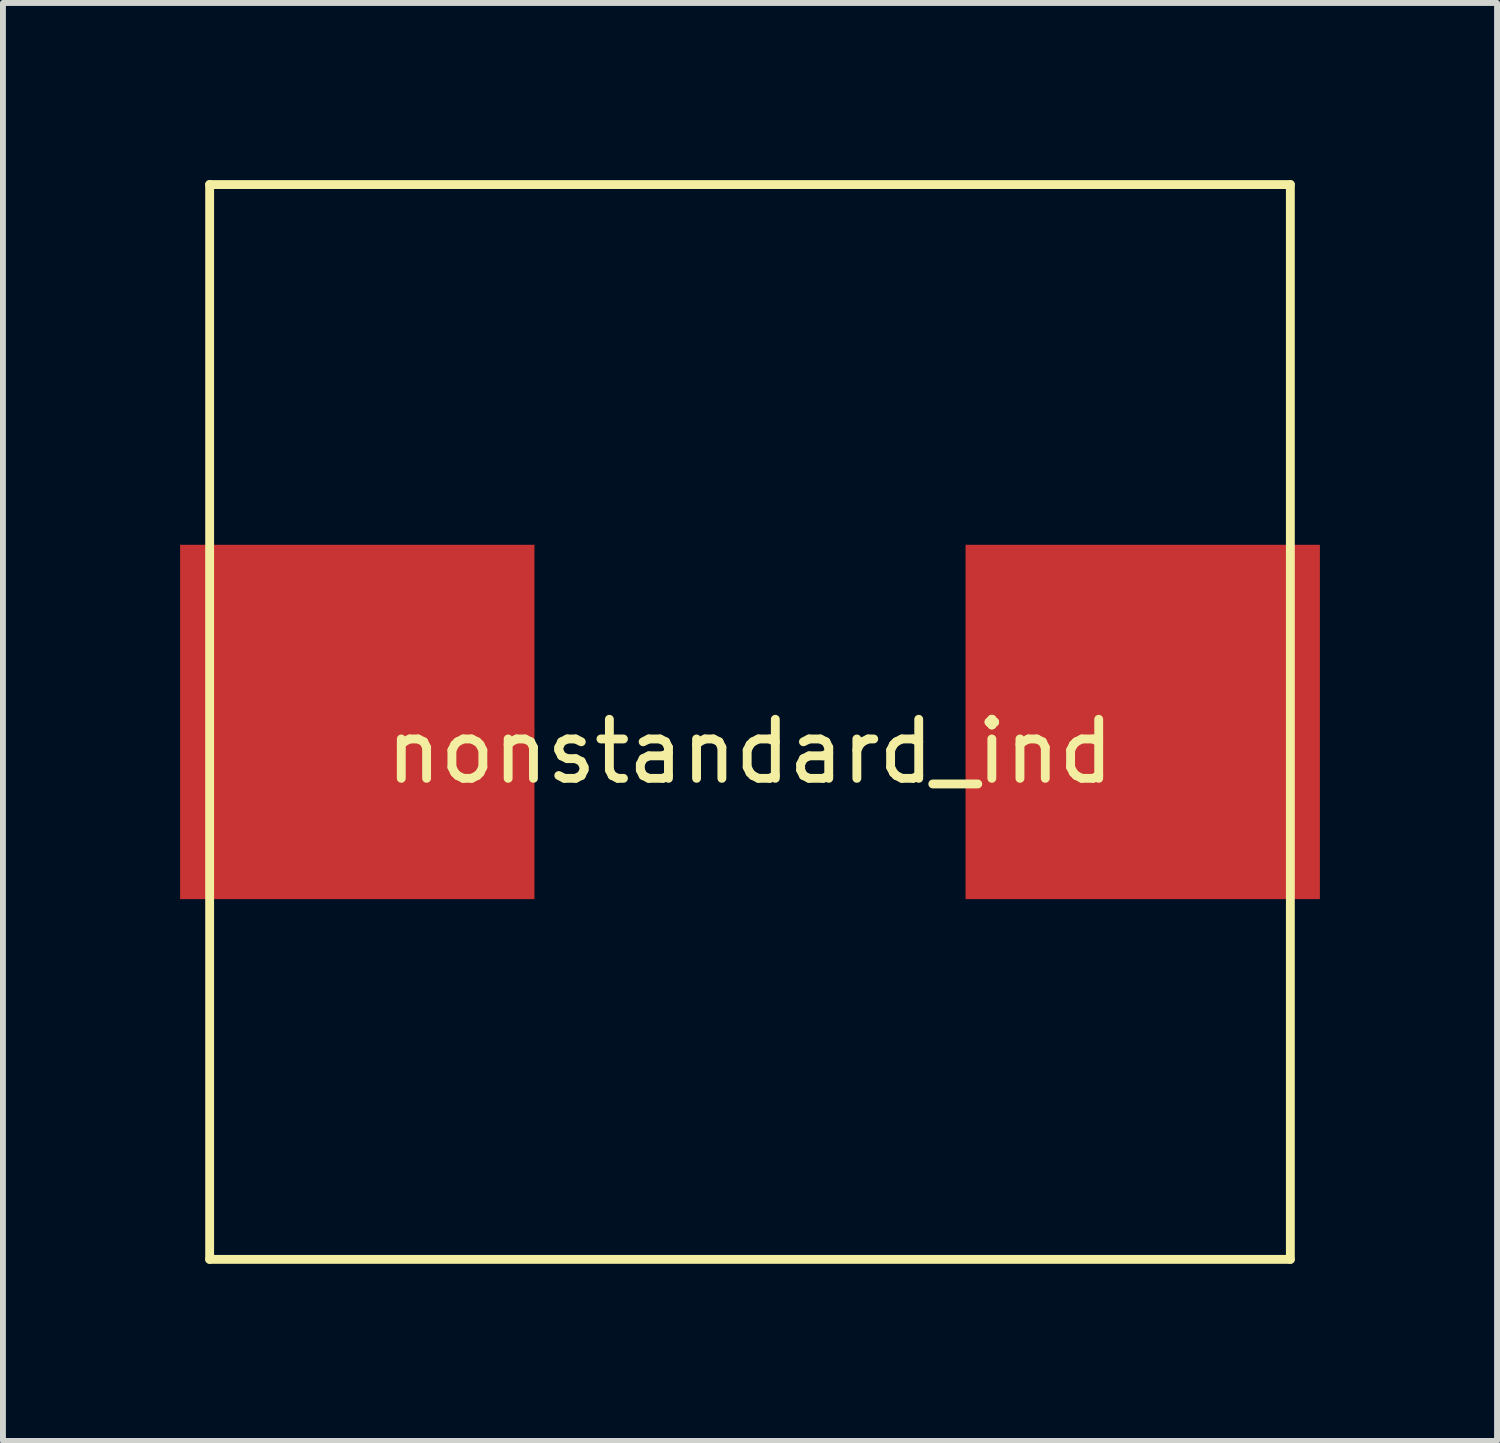
<source format=kicad_pcb>
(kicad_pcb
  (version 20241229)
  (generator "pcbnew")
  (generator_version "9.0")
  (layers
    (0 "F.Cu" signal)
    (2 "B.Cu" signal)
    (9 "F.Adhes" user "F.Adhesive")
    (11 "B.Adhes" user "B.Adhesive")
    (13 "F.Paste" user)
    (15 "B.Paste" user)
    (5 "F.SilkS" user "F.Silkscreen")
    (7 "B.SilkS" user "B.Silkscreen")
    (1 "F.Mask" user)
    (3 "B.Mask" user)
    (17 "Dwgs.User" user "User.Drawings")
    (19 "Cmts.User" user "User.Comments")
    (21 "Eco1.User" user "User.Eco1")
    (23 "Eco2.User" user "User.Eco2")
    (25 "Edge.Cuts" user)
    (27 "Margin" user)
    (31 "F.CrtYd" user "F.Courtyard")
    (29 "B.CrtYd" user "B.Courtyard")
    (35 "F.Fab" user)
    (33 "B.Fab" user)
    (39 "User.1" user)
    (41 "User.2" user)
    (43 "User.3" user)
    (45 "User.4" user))
  (footprint "nonstandard_ind"
    (layer "F.Cu")
    (at 9.65 9.175)
    (property "Reference" "nonstandard_ind" (at 0 0.5 0) (layer "F.SilkS") (effects (font (size 1 1) (thickness 0.15))))
    (attr through_hole)
    (fp_line (start -9.15 -9.1) (end -9.15 9.1) (stroke (width 0.15) (type solid)) (layer "F.SilkS"))
    (fp_line (start -9.15 -9.1) (end 9.15 -9.1) (stroke (width 0.15) (type solid)) (layer "F.SilkS"))
    (fp_line (start -9.15 9.1) (end 9.15 9.1) (stroke (width 0.15) (type solid)) (layer "F.SilkS"))
    (fp_line (start 9.15 -9.1) (end 9.15 9.1) (stroke (width 0.15) (type solid)) (layer "F.SilkS"))
    (pad "1" smd rect (at 6.65 0) (size 6 6) (layers "F.Cu" "F.Mask" "F.Paste"))
    (pad "2" smd rect (at -6.65 0) (size 6 6) (layers "F.Cu" "F.Mask" "F.Paste")))
  (gr_rect
    (start -3 -3)
    (end 22.3 21.35)
    (stroke (width 0.1) (type default))
    (fill no)
    (layer "Edge.Cuts")))
</source>
